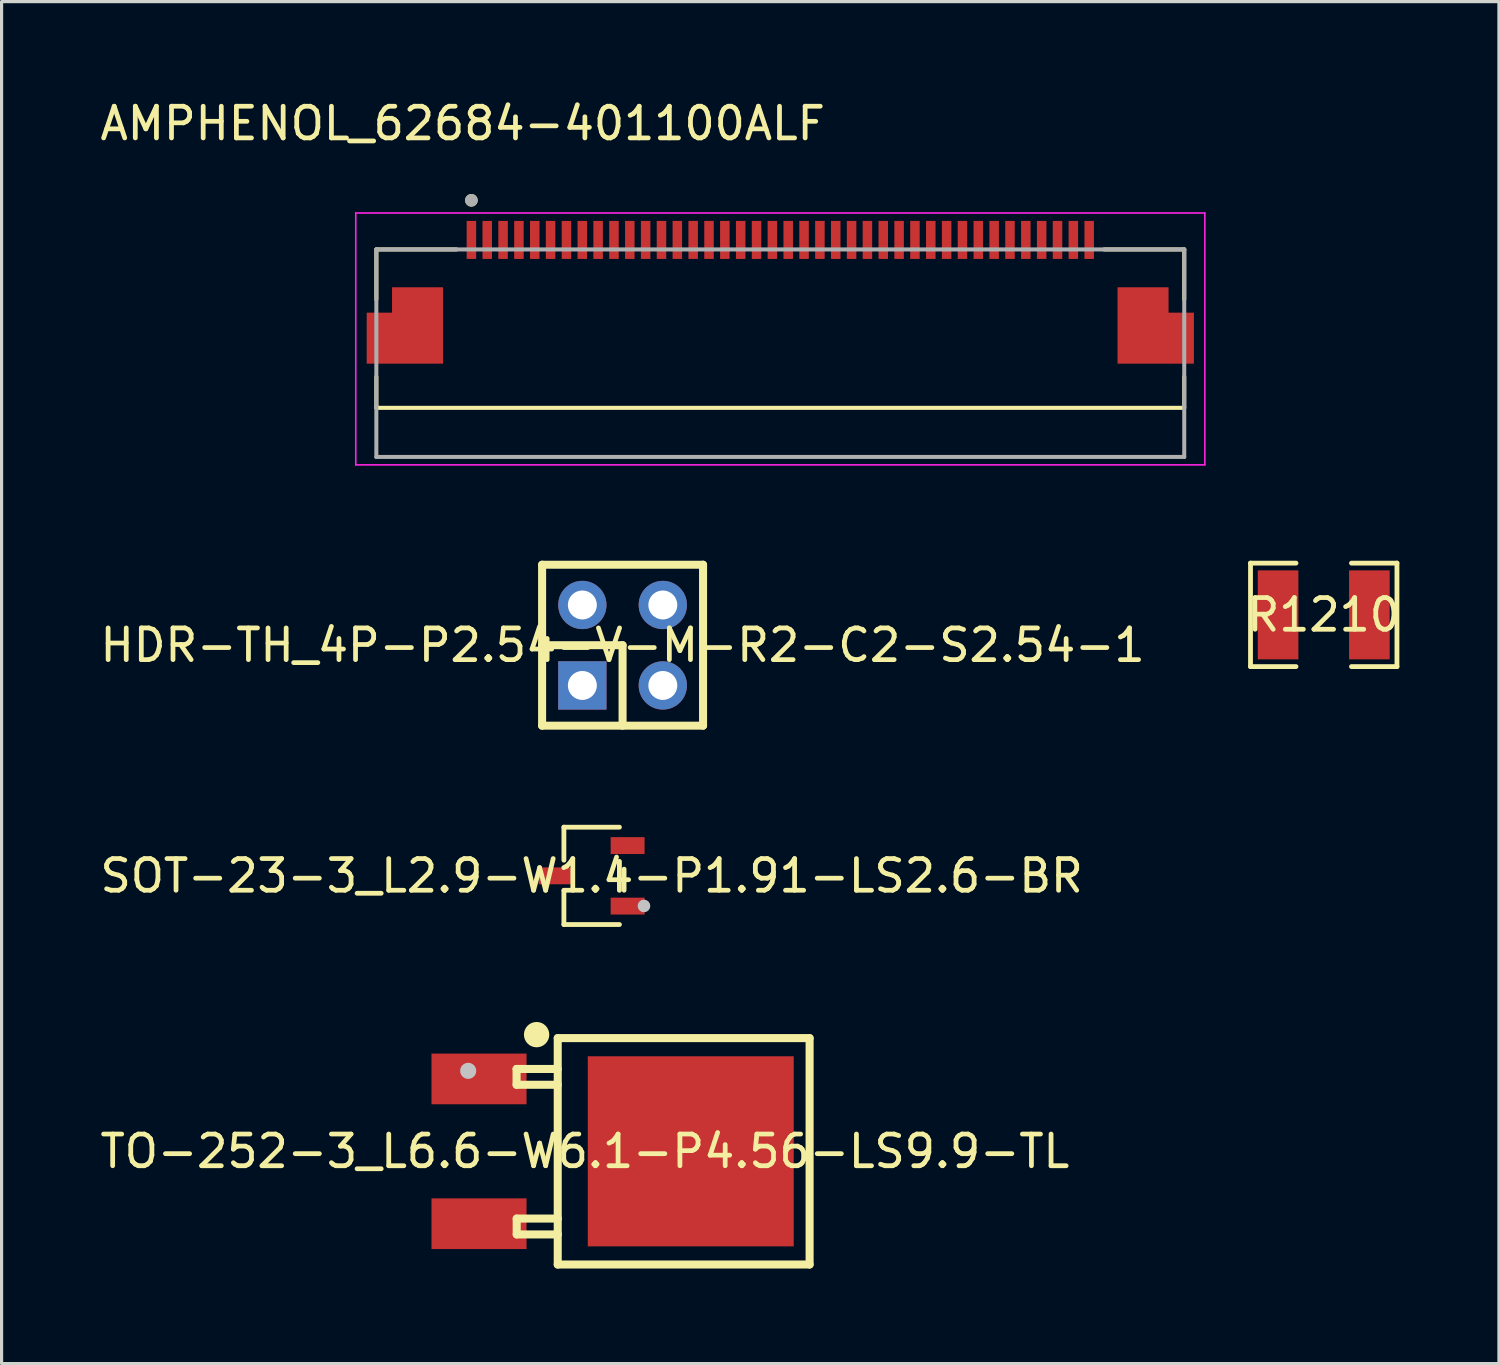
<source format=kicad_pcb>
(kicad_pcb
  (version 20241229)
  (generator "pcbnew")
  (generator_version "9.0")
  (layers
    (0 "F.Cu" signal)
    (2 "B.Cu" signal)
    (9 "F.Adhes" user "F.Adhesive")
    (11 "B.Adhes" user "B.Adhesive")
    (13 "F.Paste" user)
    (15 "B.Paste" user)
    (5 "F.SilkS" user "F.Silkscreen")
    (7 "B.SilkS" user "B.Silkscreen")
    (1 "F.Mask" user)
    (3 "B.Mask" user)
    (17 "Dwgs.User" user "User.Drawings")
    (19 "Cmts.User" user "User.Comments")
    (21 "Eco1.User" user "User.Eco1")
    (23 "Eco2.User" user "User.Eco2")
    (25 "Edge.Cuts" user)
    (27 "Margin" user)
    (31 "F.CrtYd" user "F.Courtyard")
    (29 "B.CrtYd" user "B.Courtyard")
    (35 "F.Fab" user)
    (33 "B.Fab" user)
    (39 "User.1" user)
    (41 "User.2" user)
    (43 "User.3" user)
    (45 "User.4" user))
  (footprint "HDR-TH_4P-P2.54-V-M-R2-C2-S2.54-1"
    (layer "F.Cu")
    (at 16.601 17.315)
    (property "Reference" "HDR-TH_4P-P2.54-V-M-R2-C2-S2.54-1" (at 0 0 0) (layer "F.SilkS") (effects (font (size 1 1) (thickness 0.15))))
    (fp_line (start -2.54 -2.54) (end 2.54 -2.54) (stroke (width 0.254) (type default)) (layer "F.SilkS"))
    (fp_line (start -2.54 0) (end 0 0) (stroke (width 0.254) (type default)) (layer "F.SilkS"))
    (fp_line (start -2.54 2.54) (end -2.54 -2.54) (stroke (width 0.254) (type default)) (layer "F.SilkS"))
    (fp_line (start 0 0) (end 0 2.54) (stroke (width 0.254) (type default)) (layer "F.SilkS"))
    (fp_line (start 2.54 -2.54) (end 2.54 2.54) (stroke (width 0.254) (type default)) (layer "F.SilkS"))
    (fp_line (start 2.54 2.54) (end -2.54 2.54) (stroke (width 0.254) (type default)) (layer "F.SilkS"))
    (fp_poly (pts (xy -1.59 -1.59) (xy -0.95 -1.59) (xy -0.95 -0.95) (xy -1.59 -0.95)) (stroke (width 0.1) (type default)) (fill no) (layer "User.1"))
    (fp_poly (pts (xy -1.59 0.95) (xy -0.95 0.95) (xy -0.95 1.59) (xy -1.59 1.59)) (stroke (width 0.1) (type default)) (fill no) (layer "User.1"))
    (fp_poly (pts (xy 0.95 -1.59) (xy 1.59 -1.59) (xy 1.59 -0.95) (xy 0.95 -0.95)) (stroke (width 0.1) (type default)) (fill no) (layer "User.1"))
    (fp_poly (pts (xy 0.95 0.95) (xy 1.59 0.95) (xy 1.59 1.59) (xy 0.95 1.59)) (stroke (width 0.1) (type default)) (fill no) (layer "User.1"))
    (fp_line (start -2.54 -2.54) (end -2.54 2.54) (stroke (width 0.051) (type default)) (layer "User.2"))
    (fp_line (start -2.54 2.54) (end 2.54 2.54) (stroke (width 0.051) (type default)) (layer "User.2"))
    (fp_line (start 2.54 -2.54) (end -2.54 -2.54) (stroke (width 0.051) (type default)) (layer "User.2"))
    (fp_line (start 2.54 2.54) (end 2.54 -2.54) (stroke (width 0.051) (type default)) (layer "User.2"))
    (fp_poly (pts (xy -2.48 2.54) (xy -2.498 2.498) (xy -2.54 2.48) (xy -2.582 2.498) (xy -2.6 2.54) (xy -2.582 2.582) (xy -2.54 2.6) (xy -2.498 2.582)) (stroke (width 0.1) (type default)) (fill no) (layer "User.3"))
    (pad "1" thru_hole rect (at -1.27 1.27) (size 1.524 1.524) (drill 0.914) (layers "*.Cu" "*.Mask"))
    (pad "2" thru_hole circle (at -1.27 -1.27) (size 1.524 1.524) (drill 0.914) (layers "*.Cu" "*.Mask"))
    (pad "3" thru_hole circle (at 1.27 1.27) (size 1.524 1.524) (drill 0.914) (layers "*.Cu" "*.Mask"))
    (pad "4" thru_hole circle (at 1.27 -1.27) (size 1.524 1.524) (drill 0.914) (layers "*.Cu" "*.Mask")))
  (footprint "SOT-23-3_L2.9-W1.4-P1.91-LS2.6-BR"
    (layer "F.Cu")
    (at 15.625 24.595)
    (property "Reference" "SOT-23-3_L2.9-W1.4-P1.91-LS2.6-BR" (at 0 0 0) (layer "F.SilkS") (effects (font (size 1 1) (thickness 0.15))))
    (fp_line (start -0.876 -1.536) (end -0.876 -0.494) (stroke (width 0.152) (type default)) (layer "F.SilkS"))
    (fp_line (start -0.876 1.536) (end -0.876 0.494) (stroke (width 0.152) (type default)) (layer "F.SilkS"))
    (fp_line (start 0.876 -1.536) (end -0.876 -1.536) (stroke (width 0.152) (type default)) (layer "F.SilkS"))
    (fp_line (start 0.876 -0.456) (end 0.876 0.456) (stroke (width 0.152) (type default)) (layer "F.SilkS"))
    (fp_line (start 0.876 1.536) (end -0.876 1.536) (stroke (width 0.152) (type default)) (layer "F.SilkS"))
    (fp_circle (center 1.651 0.95) (end 1.751 0.95) (stroke (width 0.2) (type default)) (fill no) (layer "Dwgs.User"))
    (fp_poly (pts (xy -1.3 0.212) (xy -1.3 -0.212) (xy -0.95 -0.212) (xy -0.95 0.212)) (stroke (width 0.1) (type default)) (fill no) (layer "User.1"))
    (fp_poly (pts (xy -0.96 0.212) (xy -0.96 -0.212) (xy -0.69 -0.212) (xy -0.69 0.212)) (stroke (width 0.1) (type default)) (fill no) (layer "User.1"))
    (fp_poly (pts (xy 0.69 -0.743) (xy 0.69 -1.167) (xy 0.96 -1.167) (xy 0.96 -0.743)) (stroke (width 0.1) (type default)) (fill no) (layer "User.1"))
    (fp_poly (pts (xy 0.69 1.167) (xy 0.69 0.743) (xy 0.96 0.743) (xy 0.96 1.167)) (stroke (width 0.1) (type default)) (fill no) (layer "User.1"))
    (fp_poly (pts (xy 0.95 -0.743) (xy 0.95 -1.167) (xy 1.3 -1.167) (xy 1.3 -0.743)) (stroke (width 0.1) (type default)) (fill no) (layer "User.1"))
    (fp_poly (pts (xy 0.95 1.167) (xy 0.95 0.743) (xy 1.3 0.743) (xy 1.3 1.167)) (stroke (width 0.1) (type default)) (fill no) (layer "User.1"))
    (fp_line (start -0.7 -1.45) (end 0.7 -1.45) (stroke (width 0.051) (type default)) (layer "User.2"))
    (fp_line (start -0.7 1.45) (end -0.7 -1.45) (stroke (width 0.051) (type default)) (layer "User.2"))
    (fp_line (start 0.7 -1.45) (end 0.7 1.45) (stroke (width 0.051) (type default)) (layer "User.2"))
    (fp_line (start 0.7 1.45) (end -0.7 1.45) (stroke (width 0.051) (type default)) (layer "User.2"))
    (fp_poly (pts (xy 1.36 1.45) (xy 1.342 1.408) (xy 1.3 1.39) (xy 1.258 1.408) (xy 1.24 1.45) (xy 1.258 1.492) (xy 1.3 1.51) (xy 1.342 1.492)) (stroke (width 0.1) (type default)) (fill no) (layer "User.3"))
    (pad "1" smd rect (at 1.135 0.955) (size 1.07 0.532) (layers "F.Cu" "F.Mask" "F.Paste"))
    (pad "2" smd rect (at 1.135 -0.955) (size 1.07 0.532) (layers "F.Cu" "F.Mask" "F.Paste"))
    (pad "3" smd rect (at -1.135 0) (size 1.07 0.532) (layers "F.Cu" "F.Mask" "F.Paste")))
  (footprint "AMPHENOL_62684-401100ALF"
    (layer "F.Cu")
    (at 21.579 8.098)
    (property "Reference" "AMPHENOL_62684-401100ALF" (at -10.025 -7.25 0) (layer "F.SilkS") (effects (font (size 1 1) (thickness 0.15))))
    (attr smd)
    (fp_poly (pts (xy -10.55 -2.175) (xy -12.35 -2.175) (xy -12.35 -1.375) (xy -13.15 -1.375) (xy -13.15 0.425) (xy -10.55 0.425)) (stroke (width 0.01) (type solid)) (fill yes) (layer "F.Mask"))
    (fp_poly (pts (xy 10.55 -2.175) (xy 12.35 -2.175) (xy 12.35 -1.375) (xy 13.15 -1.375) (xy 13.15 0.425) (xy 10.55 0.425)) (stroke (width 0.01) (type solid)) (fill yes) (layer "F.Mask"))
    (fp_line (start -12.75 -3.275) (end -12.75 -1.695) (stroke (width 0.127) (type solid)) (layer "F.SilkS"))
    (fp_line (start -12.75 -3.275) (end -10.22 -3.275) (stroke (width 0.127) (type solid)) (layer "F.SilkS"))
    (fp_line (start -12.75 1.725) (end -12.75 0.745) (stroke (width 0.127) (type solid)) (layer "F.SilkS"))
    (fp_line (start 12.75 -3.275) (end 10.22 -3.275) (stroke (width 0.127) (type solid)) (layer "F.SilkS"))
    (fp_line (start 12.75 -1.695) (end 12.75 -3.275) (stroke (width 0.127) (type solid)) (layer "F.SilkS"))
    (fp_line (start 12.75 0.745) (end 12.75 1.725) (stroke (width 0.127) (type solid)) (layer "F.SilkS"))
    (fp_line (start 12.75 1.725) (end -12.75 1.725) (stroke (width 0.127) (type solid)) (layer "F.SilkS"))
    (fp_circle (center -9.75 -4.825) (end -9.65 -4.825) (stroke (width 0.2) (type solid)) (fill no) (layer "F.SilkS"))
    (fp_poly (pts (xy -10.65 -2.075) (xy -12.25 -2.075) (xy -12.25 -1.275) (xy -13.05 -1.275) (xy -13.05 0.325) (xy -10.65 0.325)) (stroke (width 0.01) (type solid)) (fill yes) (layer "F.Paste"))
    (fp_poly (pts (xy 10.65 -2.075) (xy 12.25 -2.075) (xy 12.25 -1.275) (xy 13.05 -1.275) (xy 13.05 0.325) (xy 10.65 0.325)) (stroke (width 0.01) (type solid)) (fill yes) (layer "F.Paste"))
    (fp_line (start -13.4 -4.425) (end 13.4 -4.425) (stroke (width 0.05) (type solid)) (layer "F.CrtYd"))
    (fp_line (start -13.4 3.525) (end -13.4 -4.425) (stroke (width 0.05) (type solid)) (layer "F.CrtYd"))
    (fp_line (start 13.4 -4.425) (end 13.4 3.525) (stroke (width 0.05) (type solid)) (layer "F.CrtYd"))
    (fp_line (start 13.4 3.525) (end -13.4 3.525) (stroke (width 0.05) (type solid)) (layer "F.CrtYd"))
    (fp_line (start -12.75 -3.275) (end 12.75 -3.275) (stroke (width 0.127) (type solid)) (layer "F.Fab"))
    (fp_line (start -12.75 3.275) (end -12.75 -3.275) (stroke (width 0.127) (type solid)) (layer "F.Fab"))
    (fp_line (start 12.75 -3.275) (end 12.75 3.275) (stroke (width 0.127) (type solid)) (layer "F.Fab"))
    (fp_line (start 12.75 3.275) (end -12.75 3.275) (stroke (width 0.127) (type solid)) (layer "F.Fab"))
    (fp_circle (center -9.75 -4.825) (end -9.65 -4.825) (stroke (width 0.2) (type solid)) (fill no) (layer "F.Fab"))
    (pad "01" smd rect (at -9.75 -3.575) (size 0.3 1.2) (layers "F.Cu" "F.Mask" "F.Paste"))
    (pad "02" smd rect (at -9.25 -3.575) (size 0.3 1.2) (layers "F.Cu" "F.Mask" "F.Paste"))
    (pad "03" smd rect (at -8.75 -3.575) (size 0.3 1.2) (layers "F.Cu" "F.Mask" "F.Paste"))
    (pad "04" smd rect (at -8.25 -3.575) (size 0.3 1.2) (layers "F.Cu" "F.Mask" "F.Paste"))
    (pad "05" smd rect (at -7.75 -3.575) (size 0.3 1.2) (layers "F.Cu" "F.Mask" "F.Paste"))
    (pad "06" smd rect (at -7.25 -3.575) (size 0.3 1.2) (layers "F.Cu" "F.Mask" "F.Paste"))
    (pad "07" smd rect (at -6.75 -3.575) (size 0.3 1.2) (layers "F.Cu" "F.Mask" "F.Paste"))
    (pad "08" smd rect (at -6.25 -3.575) (size 0.3 1.2) (layers "F.Cu" "F.Mask" "F.Paste"))
    (pad "09" smd rect (at -5.75 -3.575) (size 0.3 1.2) (layers "F.Cu" "F.Mask" "F.Paste"))
    (pad "10" smd rect (at -5.25 -3.575) (size 0.3 1.2) (layers "F.Cu" "F.Mask" "F.Paste"))
    (pad "11" smd rect (at -4.75 -3.575) (size 0.3 1.2) (layers "F.Cu" "F.Mask" "F.Paste"))
    (pad "12" smd rect (at -4.25 -3.575) (size 0.3 1.2) (layers "F.Cu" "F.Mask" "F.Paste"))
    (pad "13" smd rect (at -3.75 -3.575) (size 0.3 1.2) (layers "F.Cu" "F.Mask" "F.Paste"))
    (pad "14" smd rect (at -3.25 -3.575) (size 0.3 1.2) (layers "F.Cu" "F.Mask" "F.Paste"))
    (pad "15" smd rect (at -2.75 -3.575) (size 0.3 1.2) (layers "F.Cu" "F.Mask" "F.Paste"))
    (pad "16" smd rect (at -2.25 -3.575) (size 0.3 1.2) (layers "F.Cu" "F.Mask" "F.Paste"))
    (pad "17" smd rect (at -1.75 -3.575) (size 0.3 1.2) (layers "F.Cu" "F.Mask" "F.Paste"))
    (pad "18" smd rect (at -1.25 -3.575) (size 0.3 1.2) (layers "F.Cu" "F.Mask" "F.Paste"))
    (pad "19" smd rect (at -0.75 -3.575) (size 0.3 1.2) (layers "F.Cu" "F.Mask" "F.Paste"))
    (pad "20" smd rect (at -0.25 -3.575) (size 0.3 1.2) (layers "F.Cu" "F.Mask" "F.Paste"))
    (pad "21" smd rect (at 0.25 -3.575) (size 0.3 1.2) (layers "F.Cu" "F.Mask" "F.Paste"))
    (pad "22" smd rect (at 0.75 -3.575) (size 0.3 1.2) (layers "F.Cu" "F.Mask" "F.Paste"))
    (pad "23" smd rect (at 1.25 -3.575) (size 0.3 1.2) (layers "F.Cu" "F.Mask" "F.Paste"))
    (pad "24" smd rect (at 1.75 -3.575) (size 0.3 1.2) (layers "F.Cu" "F.Mask" "F.Paste"))
    (pad "25" smd rect (at 2.25 -3.575) (size 0.3 1.2) (layers "F.Cu" "F.Mask" "F.Paste"))
    (pad "26" smd rect (at 2.75 -3.575) (size 0.3 1.2) (layers "F.Cu" "F.Mask" "F.Paste"))
    (pad "27" smd rect (at 3.25 -3.575) (size 0.3 1.2) (layers "F.Cu" "F.Mask" "F.Paste"))
    (pad "28" smd rect (at 3.75 -3.575) (size 0.3 1.2) (layers "F.Cu" "F.Mask" "F.Paste"))
    (pad "29" smd rect (at 4.25 -3.575) (size 0.3 1.2) (layers "F.Cu" "F.Mask" "F.Paste"))
    (pad "30" smd rect (at 4.75 -3.575) (size 0.3 1.2) (layers "F.Cu" "F.Mask" "F.Paste"))
    (pad "31" smd rect (at 5.25 -3.575) (size 0.3 1.2) (layers "F.Cu" "F.Mask" "F.Paste"))
    (pad "32" smd rect (at 5.75 -3.575) (size 0.3 1.2) (layers "F.Cu" "F.Mask" "F.Paste"))
    (pad "33" smd rect (at 6.25 -3.575) (size 0.3 1.2) (layers "F.Cu" "F.Mask" "F.Paste"))
    (pad "34" smd rect (at 6.75 -3.575) (size 0.3 1.2) (layers "F.Cu" "F.Mask" "F.Paste"))
    (pad "35" smd rect (at 7.25 -3.575) (size 0.3 1.2) (layers "F.Cu" "F.Mask" "F.Paste"))
    (pad "36" smd rect (at 7.75 -3.575) (size 0.3 1.2) (layers "F.Cu" "F.Mask" "F.Paste"))
    (pad "37" smd rect (at 8.25 -3.575) (size 0.3 1.2) (layers "F.Cu" "F.Mask" "F.Paste"))
    (pad "38" smd rect (at 8.75 -3.575) (size 0.3 1.2) (layers "F.Cu" "F.Mask" "F.Paste"))
    (pad "39" smd rect (at 9.25 -3.575) (size 0.3 1.2) (layers "F.Cu" "F.Mask" "F.Paste"))
    (pad "40" smd rect (at 9.75 -3.575) (size 0.3 1.2) (layers "F.Cu" "F.Mask" "F.Paste"))
    (pad "S1" smd custom (at -11.45 -0.475) (size 1.4 1.4) (layers "F.Cu") (options (anchor rect)) (primitives (gr_poly (pts (xy 0.8 -1.6) (xy -0.8 -1.6) (xy -0.8 -0.8) (xy -1.6 -0.8) (xy -1.6 0.8) (xy 0.8 0.8)) (width 0.01) (fill yes))))
    (pad "S2" smd custom (at 11.45 -0.475) (size 1.4 1.4) (layers "F.Cu") (options (anchor rect)) (primitives (gr_poly (pts (xy -0.8 -1.6) (xy 0.8 -1.6) (xy 0.8 -0.8) (xy 1.6 -0.8) (xy 1.6 0.8) (xy -0.8 0.8)) (width 0.01) (fill yes)))))
  (footprint "TO-252-3_L6.6-W6.1-P4.56-LS9.9-TL"
    (layer "F.Cu")
    (at 15.411 33.29)
    (property "Reference" "TO-252-3_L6.6-W6.1-P4.56-LS9.9-TL" (at 0 0 0) (layer "F.SilkS") (effects (font (size 1 1) (thickness 0.15))))
    (fp_line (start -2.156 -2.6) (end -2.156 -2.1) (stroke (width 0.254) (type default)) (layer "F.SilkS"))
    (fp_line (start -2.156 -2.1) (end -0.857 -2.1) (stroke (width 0.254) (type default)) (layer "F.SilkS"))
    (fp_line (start -2.152 2.123) (end -2.152 2.623) (stroke (width 0.254) (type default)) (layer "F.SilkS"))
    (fp_line (start -2.152 2.623) (end -0.853 2.623) (stroke (width 0.254) (type default)) (layer "F.SilkS"))
    (fp_line (start -0.857 -3.573) (end -0.857 3.573) (stroke (width 0.254) (type default)) (layer "F.SilkS"))
    (fp_line (start -0.857 -2.6) (end -2.156 -2.6) (stroke (width 0.254) (type default)) (layer "F.SilkS"))
    (fp_line (start -0.857 3.573) (end 7.093 3.573) (stroke (width 0.254) (type default)) (layer "F.SilkS"))
    (fp_line (start -0.853 2.123) (end -2.152 2.123) (stroke (width 0.254) (type default)) (layer "F.SilkS"))
    (fp_line (start 7.093 -3.573) (end -0.857 -3.573) (stroke (width 0.254) (type default)) (layer "F.SilkS"))
    (fp_line (start 7.093 3.573) (end 7.093 -3.573) (stroke (width 0.254) (type default)) (layer "F.SilkS"))
    (fp_arc (start -1.525 -3.483) (mid -1.52425 -3.883002) (end -1.5225 -3.483) (stroke (width 0.4) (type default)) (layer "F.SilkS"))
    (fp_circle (center -3.683 -2.54) (end -3.556 -2.54) (stroke (width 0.254) (type default)) (fill no) (layer "Dwgs.User"))
    (fp_poly (pts (xy -2.342 -2.665) (xy -2.342 -1.915) (xy -3.942 -1.915) (xy -3.942 -2.665)) (stroke (width 0.1) (type default)) (fill no) (layer "User.1"))
    (fp_poly (pts (xy -2.342 1.915) (xy -2.342 2.665) (xy -3.942 2.665) (xy -3.942 1.915)) (stroke (width 0.1) (type default)) (fill no) (layer "User.1"))
    (fp_poly (pts (xy -1.212 -2.665) (xy -1.212 -1.915) (xy -2.352 -1.915) (xy -2.352 -2.665)) (stroke (width 0.1) (type default)) (fill no) (layer "User.1"))
    (fp_poly (pts (xy -1.212 1.915) (xy -1.212 2.665) (xy -2.352 2.665) (xy -2.352 1.915)) (stroke (width 0.1) (type default)) (fill no) (layer "User.1"))
    (fp_poly (pts (xy 5.958 2.7) (xy 0.358 2.7) (xy 0.358 -2.7) (xy 5.958 -2.7)) (stroke (width 0.1) (type default)) (fill no) (layer "User.1"))
    (fp_line (start -1.222 -3.25) (end 4.878 -3.25) (stroke (width 0.051) (type default)) (layer "User.2"))
    (fp_line (start -1.222 3.25) (end -1.222 -3.25) (stroke (width 0.051) (type default)) (layer "User.2"))
    (fp_line (start 4.878 -3.25) (end 4.878 3.25) (stroke (width 0.051) (type default)) (layer "User.2"))
    (fp_line (start 4.878 3.25) (end -1.222 3.25) (stroke (width 0.051) (type default)) (layer "User.2"))
    (fp_poly (pts (xy -3.882 -3.25) (xy -3.9 -3.292) (xy -3.942 -3.31) (xy -3.984 -3.292) (xy -4.002 -3.25) (xy -3.984 -3.208) (xy -3.942 -3.19) (xy -3.9 -3.208)) (stroke (width 0.1) (type default)) (fill no) (layer "User.3"))
    (pad "1" smd rect (at -3.342 -2.285) (size 3 1.6) (layers "F.Cu" "F.Mask" "F.Paste"))
    (pad "2" smd rect (at -3.342 2.285) (size 3 1.6) (layers "F.Cu" "F.Mask" "F.Paste"))
    (pad "3" smd rect (at 3.342 0) (size 6.5 6) (layers "F.Cu" "F.Mask" "F.Paste")))
  (footprint "R1210"
    (layer "F.Cu")
    (at 38.732 16.357)
    (property "Reference" "R1210" (at 0 0 0) (layer "F.SilkS") (effects (font (size 1 1) (thickness 0.15))))
    (fp_line (start -2.311 -1.633) (end -0.876 -1.633) (stroke (width 0.152) (type default)) (layer "F.SilkS"))
    (fp_line (start -2.311 1.633) (end -2.311 -1.633) (stroke (width 0.152) (type default)) (layer "F.SilkS"))
    (fp_line (start -0.876 1.633) (end -2.311 1.633) (stroke (width 0.152) (type default)) (layer "F.SilkS"))
    (fp_line (start 0.876 1.633) (end 2.311 1.633) (stroke (width 0.152) (type default)) (layer "F.SilkS"))
    (fp_line (start 2.311 -1.633) (end 0.876 -1.633) (stroke (width 0.152) (type default)) (layer "F.SilkS"))
    (fp_line (start 2.311 1.633) (end 2.311 -1.633) (stroke (width 0.152) (type default)) (layer "F.SilkS"))
    (fp_poly (pts (xy -0.8 1.304) (xy -0.8 0.578) (xy -0.9 0.477) (xy -1.136 0.477) (xy -1.236 0.378) (xy -1.236 -0.378) (xy -1.136 -0.477) (xy -0.9 -0.477) (xy -0.8 -0.578) (xy -0.8 -1.304) (xy -0.9 -1.404) (xy -1.982 -1.404) (xy -2.083 -1.304) (xy -2.083 1.304) (xy -1.982 1.404) (xy -0.9 1.404)) (stroke (width 0) (type default)) (fill yes) (layer "F.Paste"))
    (fp_poly (pts (xy 0.8 1.304) (xy 0.8 0.578) (xy 0.9 0.477) (xy 1.136 0.477) (xy 1.236 0.378) (xy 1.236 -0.378) (xy 1.136 -0.477) (xy 0.9 -0.477) (xy 0.8 -0.578) (xy 0.8 -1.304) (xy 0.9 -1.404) (xy 1.982 -1.404) (xy 2.083 -1.304) (xy 2.083 1.304) (xy 1.982 1.404) (xy 0.9 1.404)) (stroke (width 0) (type default)) (fill yes) (layer "F.Paste"))
    (fp_poly (pts (xy -1.55 1.3) (xy -1.55 -1.3) (xy -1.05 -1.3) (xy -1.05 1.3)) (stroke (width 0.1) (type default)) (fill no) (layer "User.1"))
    (fp_poly (pts (xy 1.55 1.3) (xy 1.55 -1.3) (xy 1.05 -1.3) (xy 1.05 1.3)) (stroke (width 0.1) (type default)) (fill no) (layer "User.1"))
    (fp_line (start -1.55 -1.3) (end 1.55 -1.3) (stroke (width 0.051) (type default)) (layer "User.2"))
    (fp_line (start -1.55 1.3) (end -1.55 -1.3) (stroke (width 0.051) (type default)) (layer "User.2"))
    (fp_line (start 1.55 -1.3) (end 1.55 1.3) (stroke (width 0.051) (type default)) (layer "User.2"))
    (fp_line (start 1.55 1.3) (end -1.55 1.3) (stroke (width 0.051) (type default)) (layer "User.2"))
    (fp_poly (pts (xy -1.49 1.3) (xy -1.508 1.258) (xy -1.55 1.24) (xy -1.592 1.258) (xy -1.61 1.3) (xy -1.592 1.342) (xy -1.55 1.36) (xy -1.508 1.342)) (stroke (width 0.1) (type default)) (fill no) (layer "User.3"))
    (pad "1" smd rect (at -1.441 0) (size 1.282 2.808) (layers "F.Cu" "F.Mask" "F.Paste"))
    (pad "2" smd rect (at 1.441 0) (size 1.282 2.808) (layers "F.Cu" "F.Mask" "F.Paste")))
  (gr_rect
    (start -3 -3)
    (end 44.262 39.99)
    (stroke (width 0.1) (type default))
    (fill no)
    (layer "Edge.Cuts")))
</source>
